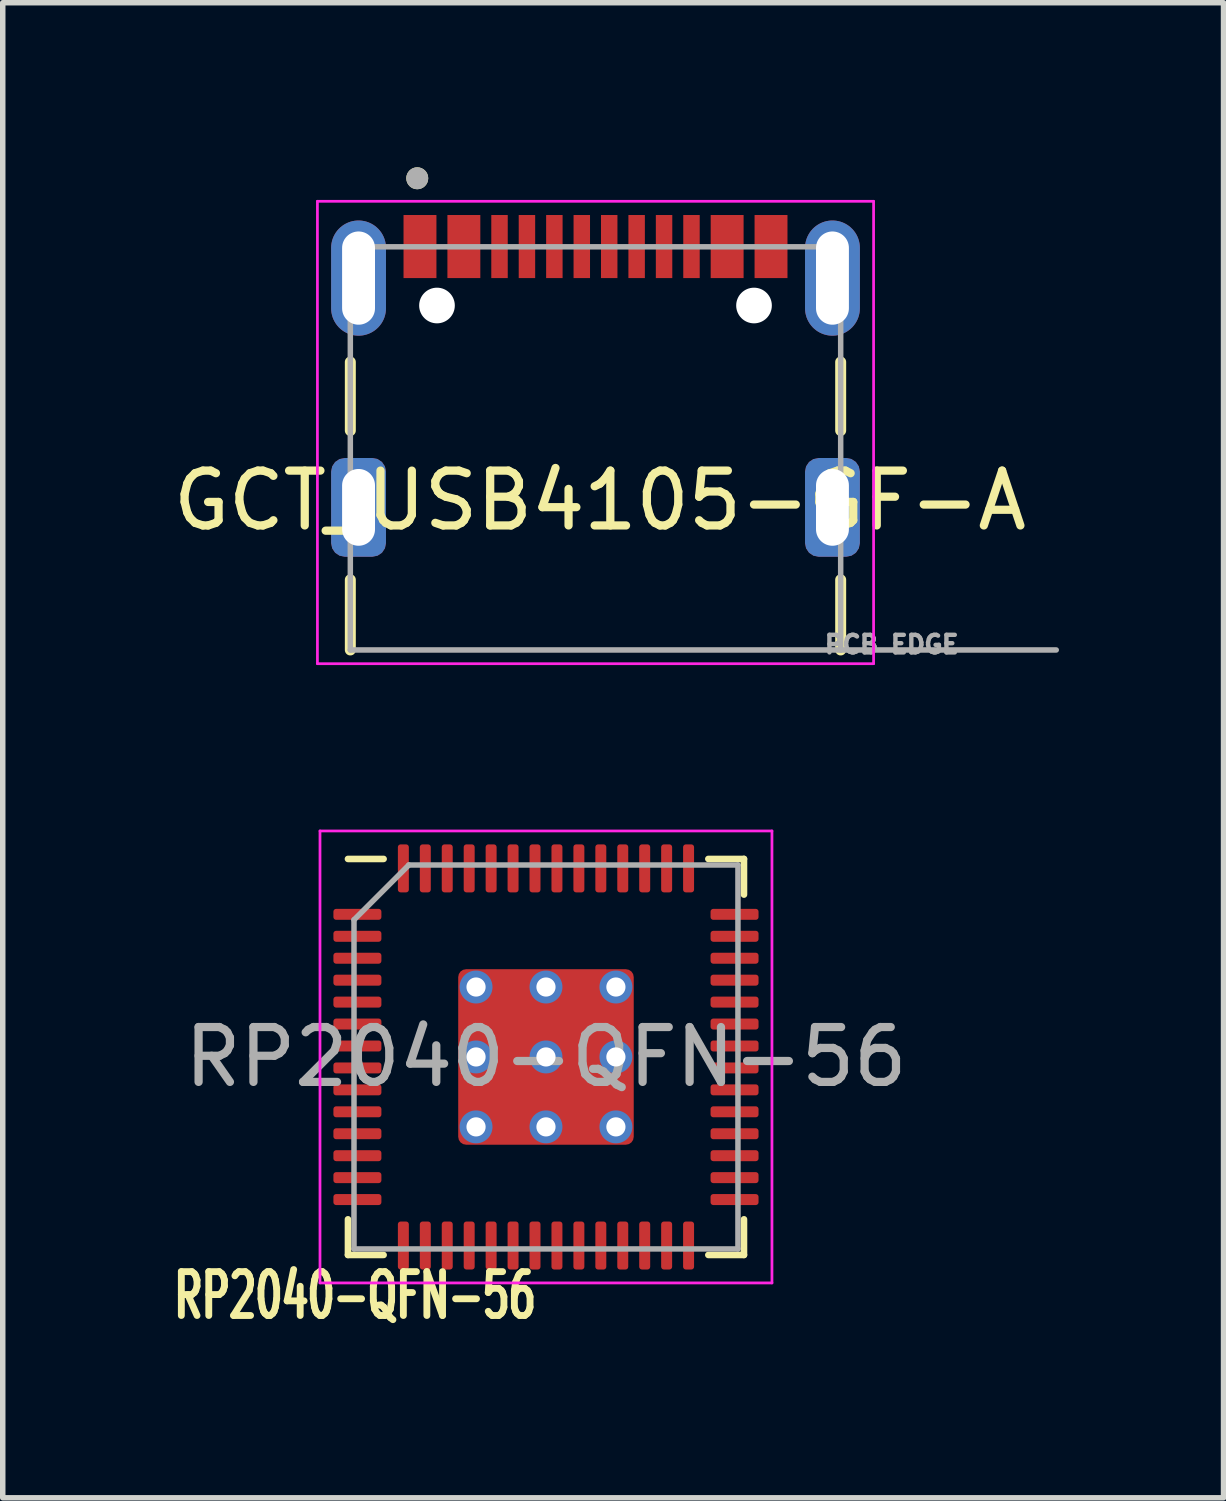
<source format=kicad_pcb>
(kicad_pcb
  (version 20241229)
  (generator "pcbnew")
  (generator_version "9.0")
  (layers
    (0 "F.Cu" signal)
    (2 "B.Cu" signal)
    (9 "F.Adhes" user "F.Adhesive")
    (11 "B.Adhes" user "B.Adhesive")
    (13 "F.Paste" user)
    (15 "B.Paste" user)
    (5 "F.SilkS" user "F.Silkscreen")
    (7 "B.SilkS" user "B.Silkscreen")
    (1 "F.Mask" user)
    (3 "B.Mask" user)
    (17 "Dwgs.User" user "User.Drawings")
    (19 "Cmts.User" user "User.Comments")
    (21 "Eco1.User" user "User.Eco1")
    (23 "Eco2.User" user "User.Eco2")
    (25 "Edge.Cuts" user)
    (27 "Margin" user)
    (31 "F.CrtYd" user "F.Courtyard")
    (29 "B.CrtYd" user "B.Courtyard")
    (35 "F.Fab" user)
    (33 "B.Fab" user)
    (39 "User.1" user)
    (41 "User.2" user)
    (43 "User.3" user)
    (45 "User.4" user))
  (footprint "RP2040-QFN-56"
    (layer "F.Cu")
    (at 6.904 16.22)
    (property "Reference" "RP2040-QFN-56" (at -3.481 4.35 180) (layer "F.SilkS") (effects (font (size 0.8 0.5) (thickness 0.15))))
    (attr smd)
    (fp_line (start -3.61 3.61) (end -3.61 2.96) (stroke (width 0.12) (type solid)) (layer "F.SilkS"))
    (fp_line (start -2.96 -3.61) (end -3.61 -3.61) (stroke (width 0.12) (type solid)) (layer "F.SilkS"))
    (fp_line (start -2.96 3.61) (end -3.61 3.61) (stroke (width 0.12) (type solid)) (layer "F.SilkS"))
    (fp_line (start 2.96 -3.61) (end 3.61 -3.61) (stroke (width 0.12) (type solid)) (layer "F.SilkS"))
    (fp_line (start 2.96 3.61) (end 3.61 3.61) (stroke (width 0.12) (type solid)) (layer "F.SilkS"))
    (fp_line (start 3.61 -3.61) (end 3.61 -2.96) (stroke (width 0.12) (type solid)) (layer "F.SilkS"))
    (fp_line (start 3.61 3.61) (end 3.61 2.96) (stroke (width 0.12) (type solid)) (layer "F.SilkS"))
    (fp_line (start -4.12 -4.12) (end -4.12 4.12) (stroke (width 0.05) (type solid)) (layer "F.CrtYd"))
    (fp_line (start -4.12 4.12) (end 4.12 4.12) (stroke (width 0.05) (type solid)) (layer "F.CrtYd"))
    (fp_line (start 4.12 -4.12) (end -4.12 -4.12) (stroke (width 0.05) (type solid)) (layer "F.CrtYd"))
    (fp_line (start 4.12 4.12) (end 4.12 -4.12) (stroke (width 0.05) (type solid)) (layer "F.CrtYd"))
    (fp_line (start -3.5 -2.5) (end -2.5 -3.5) (stroke (width 0.1) (type solid)) (layer "F.Fab"))
    (fp_line (start -3.5 3.5) (end -3.5 -2.5) (stroke (width 0.1) (type solid)) (layer "F.Fab"))
    (fp_line (start -2.5 -3.5) (end 3.5 -3.5) (stroke (width 0.1) (type solid)) (layer "F.Fab"))
    (fp_line (start 3.5 -3.5) (end 3.5 3.5) (stroke (width 0.1) (type solid)) (layer "F.Fab"))
    (fp_line (start 3.5 3.5) (end -3.5 3.5) (stroke (width 0.1) (type solid)) (layer "F.Fab"))
    (fp_text user "${REFERENCE}" (at 0 0 180) (layer "F.Fab") (effects (font (size 1 1) (thickness 0.15))))
    (pad "" smd roundrect (at -0.637 -0.637) (size 1.084 1.084) (layers "F.Paste") (roundrect_rratio 0.231))
    (pad "" smd roundrect (at -0.637 0.637) (size 1.084 1.084) (layers "F.Paste") (roundrect_rratio 0.231))
    (pad "" smd roundrect (at 0.637 -0.637) (size 1.084 1.084) (layers "F.Paste") (roundrect_rratio 0.231))
    (pad "" smd roundrect (at 0.637 0.637) (size 1.084 1.084) (layers "F.Paste") (roundrect_rratio 0.231))
    (pad "1" smd roundrect (at -3.438 -2.6) (size 0.875 0.2) (layers "F.Cu" "F.Mask" "F.Paste") (roundrect_rratio 0.25))
    (pad "2" smd roundrect (at -3.438 -2.2) (size 0.875 0.2) (layers "F.Cu" "F.Mask" "F.Paste") (roundrect_rratio 0.25))
    (pad "3" smd roundrect (at -3.438 -1.8) (size 0.875 0.2) (layers "F.Cu" "F.Mask" "F.Paste") (roundrect_rratio 0.25))
    (pad "4" smd roundrect (at -3.438 -1.4) (size 0.875 0.2) (layers "F.Cu" "F.Mask" "F.Paste") (roundrect_rratio 0.25))
    (pad "5" smd roundrect (at -3.438 -1) (size 0.875 0.2) (layers "F.Cu" "F.Mask" "F.Paste") (roundrect_rratio 0.25))
    (pad "6" smd roundrect (at -3.438 -0.6) (size 0.875 0.2) (layers "F.Cu" "F.Mask" "F.Paste") (roundrect_rratio 0.25))
    (pad "7" smd roundrect (at -3.438 -0.2) (size 0.875 0.2) (layers "F.Cu" "F.Mask" "F.Paste") (roundrect_rratio 0.25))
    (pad "8" smd roundrect (at -3.438 0.2) (size 0.875 0.2) (layers "F.Cu" "F.Mask" "F.Paste") (roundrect_rratio 0.25))
    (pad "9" smd roundrect (at -3.438 0.6) (size 0.875 0.2) (layers "F.Cu" "F.Mask" "F.Paste") (roundrect_rratio 0.25))
    (pad "10" smd roundrect (at -3.438 1) (size 0.875 0.2) (layers "F.Cu" "F.Mask" "F.Paste") (roundrect_rratio 0.25))
    (pad "11" smd roundrect (at -3.438 1.4) (size 0.875 0.2) (layers "F.Cu" "F.Mask" "F.Paste") (roundrect_rratio 0.25))
    (pad "12" smd roundrect (at -3.438 1.8) (size 0.875 0.2) (layers "F.Cu" "F.Mask" "F.Paste") (roundrect_rratio 0.25))
    (pad "13" smd roundrect (at -3.438 2.2) (size 0.875 0.2) (layers "F.Cu" "F.Mask" "F.Paste") (roundrect_rratio 0.25))
    (pad "14" smd roundrect (at -3.438 2.6) (size 0.875 0.2) (layers "F.Cu" "F.Mask" "F.Paste") (roundrect_rratio 0.25))
    (pad "15" smd roundrect (at -2.6 3.438) (size 0.2 0.875) (layers "F.Cu" "F.Mask" "F.Paste") (roundrect_rratio 0.25))
    (pad "16" smd roundrect (at -2.2 3.438) (size 0.2 0.875) (layers "F.Cu" "F.Mask" "F.Paste") (roundrect_rratio 0.25))
    (pad "17" smd roundrect (at -1.8 3.438) (size 0.2 0.875) (layers "F.Cu" "F.Mask" "F.Paste") (roundrect_rratio 0.25))
    (pad "18" smd roundrect (at -1.4 3.438) (size 0.2 0.875) (layers "F.Cu" "F.Mask" "F.Paste") (roundrect_rratio 0.25))
    (pad "19" smd roundrect (at -1 3.438) (size 0.2 0.875) (layers "F.Cu" "F.Mask" "F.Paste") (roundrect_rratio 0.25))
    (pad "20" smd roundrect (at -0.6 3.438) (size 0.2 0.875) (layers "F.Cu" "F.Mask" "F.Paste") (roundrect_rratio 0.25))
    (pad "21" smd roundrect (at -0.2 3.438) (size 0.2 0.875) (layers "F.Cu" "F.Mask" "F.Paste") (roundrect_rratio 0.25))
    (pad "22" smd roundrect (at 0.2 3.438) (size 0.2 0.875) (layers "F.Cu" "F.Mask" "F.Paste") (roundrect_rratio 0.25))
    (pad "23" smd roundrect (at 0.6 3.438) (size 0.2 0.875) (layers "F.Cu" "F.Mask" "F.Paste") (roundrect_rratio 0.25))
    (pad "24" smd roundrect (at 1 3.438) (size 0.2 0.875) (layers "F.Cu" "F.Mask" "F.Paste") (roundrect_rratio 0.25))
    (pad "25" smd roundrect (at 1.4 3.438) (size 0.2 0.875) (layers "F.Cu" "F.Mask" "F.Paste") (roundrect_rratio 0.25))
    (pad "26" smd roundrect (at 1.8 3.438) (size 0.2 0.875) (layers "F.Cu" "F.Mask" "F.Paste") (roundrect_rratio 0.25))
    (pad "27" smd roundrect (at 2.2 3.438) (size 0.2 0.875) (layers "F.Cu" "F.Mask" "F.Paste") (roundrect_rratio 0.25))
    (pad "28" smd roundrect (at 2.6 3.438) (size 0.2 0.875) (layers "F.Cu" "F.Mask" "F.Paste") (roundrect_rratio 0.25))
    (pad "29" smd roundrect (at 3.438 2.6) (size 0.875 0.2) (layers "F.Cu" "F.Mask" "F.Paste") (roundrect_rratio 0.25))
    (pad "30" smd roundrect (at 3.438 2.2) (size 0.875 0.2) (layers "F.Cu" "F.Mask" "F.Paste") (roundrect_rratio 0.25))
    (pad "31" smd roundrect (at 3.438 1.8) (size 0.875 0.2) (layers "F.Cu" "F.Mask" "F.Paste") (roundrect_rratio 0.25))
    (pad "32" smd roundrect (at 3.438 1.4) (size 0.875 0.2) (layers "F.Cu" "F.Mask" "F.Paste") (roundrect_rratio 0.25))
    (pad "33" smd roundrect (at 3.438 1) (size 0.875 0.2) (layers "F.Cu" "F.Mask" "F.Paste") (roundrect_rratio 0.25))
    (pad "34" smd roundrect (at 3.438 0.6) (size 0.875 0.2) (layers "F.Cu" "F.Mask" "F.Paste") (roundrect_rratio 0.25))
    (pad "35" smd roundrect (at 3.438 0.2) (size 0.875 0.2) (layers "F.Cu" "F.Mask" "F.Paste") (roundrect_rratio 0.25))
    (pad "36" smd roundrect (at 3.438 -0.2) (size 0.875 0.2) (layers "F.Cu" "F.Mask" "F.Paste") (roundrect_rratio 0.25))
    (pad "37" smd roundrect (at 3.438 -0.6) (size 0.875 0.2) (layers "F.Cu" "F.Mask" "F.Paste") (roundrect_rratio 0.25))
    (pad "38" smd roundrect (at 3.438 -1) (size 0.875 0.2) (layers "F.Cu" "F.Mask" "F.Paste") (roundrect_rratio 0.25))
    (pad "39" smd roundrect (at 3.438 -1.4) (size 0.875 0.2) (layers "F.Cu" "F.Mask" "F.Paste") (roundrect_rratio 0.25))
    (pad "40" smd roundrect (at 3.438 -1.8) (size 0.875 0.2) (layers "F.Cu" "F.Mask" "F.Paste") (roundrect_rratio 0.25))
    (pad "41" smd roundrect (at 3.438 -2.2) (size 0.875 0.2) (layers "F.Cu" "F.Mask" "F.Paste") (roundrect_rratio 0.25))
    (pad "42" smd roundrect (at 3.438 -2.6) (size 0.875 0.2) (layers "F.Cu" "F.Mask" "F.Paste") (roundrect_rratio 0.25))
    (pad "43" smd roundrect (at 2.6 -3.438) (size 0.2 0.875) (layers "F.Cu" "F.Mask" "F.Paste") (roundrect_rratio 0.25))
    (pad "44" smd roundrect (at 2.2 -3.438) (size 0.2 0.875) (layers "F.Cu" "F.Mask" "F.Paste") (roundrect_rratio 0.25))
    (pad "45" smd roundrect (at 1.8 -3.438) (size 0.2 0.875) (layers "F.Cu" "F.Mask" "F.Paste") (roundrect_rratio 0.25))
    (pad "46" smd roundrect (at 1.4 -3.438) (size 0.2 0.875) (layers "F.Cu" "F.Mask" "F.Paste") (roundrect_rratio 0.25))
    (pad "47" smd roundrect (at 1 -3.438) (size 0.2 0.875) (layers "F.Cu" "F.Mask" "F.Paste") (roundrect_rratio 0.25))
    (pad "48" smd roundrect (at 0.6 -3.438) (size 0.2 0.875) (layers "F.Cu" "F.Mask" "F.Paste") (roundrect_rratio 0.25))
    (pad "49" smd roundrect (at 0.2 -3.438) (size 0.2 0.875) (layers "F.Cu" "F.Mask" "F.Paste") (roundrect_rratio 0.25))
    (pad "50" smd roundrect (at -0.2 -3.438) (size 0.2 0.875) (layers "F.Cu" "F.Mask" "F.Paste") (roundrect_rratio 0.25))
    (pad "51" smd roundrect (at -0.6 -3.438) (size 0.2 0.875) (layers "F.Cu" "F.Mask" "F.Paste") (roundrect_rratio 0.25))
    (pad "52" smd roundrect (at -1 -3.438) (size 0.2 0.875) (layers "F.Cu" "F.Mask" "F.Paste") (roundrect_rratio 0.25))
    (pad "53" smd roundrect (at -1.4 -3.438) (size 0.2 0.875) (layers "F.Cu" "F.Mask" "F.Paste") (roundrect_rratio 0.25))
    (pad "54" smd roundrect (at -1.8 -3.438) (size 0.2 0.875) (layers "F.Cu" "F.Mask" "F.Paste") (roundrect_rratio 0.25))
    (pad "55" smd roundrect (at -2.2 -3.438) (size 0.2 0.875) (layers "F.Cu" "F.Mask" "F.Paste") (roundrect_rratio 0.25))
    (pad "56" smd roundrect (at -2.6 -3.438) (size 0.2 0.875) (layers "F.Cu" "F.Mask" "F.Paste") (roundrect_rratio 0.25))
    (pad "57" thru_hole circle (at -1.275 -1.275) (size 0.6 0.6) (drill 0.35) (layers "*.Cu"))
    (pad "57" thru_hole circle (at -1.275 0) (size 0.6 0.6) (drill 0.35) (layers "*.Cu"))
    (pad "57" thru_hole circle (at -1.275 1.275) (size 0.6 0.6) (drill 0.35) (layers "*.Cu"))
    (pad "57" thru_hole circle (at 0 -1.275) (size 0.6 0.6) (drill 0.35) (layers "*.Cu"))
    (pad "57" thru_hole circle (at 0 0) (size 0.6 0.6) (drill 0.35) (layers "*.Cu"))
    (pad "57" smd roundrect (at 0 0) (size 3.2 3.2) (layers "F.Cu" "F.Mask") (roundrect_rratio 0.045))
    (pad "57" thru_hole circle (at 0 1.275) (size 0.6 0.6) (drill 0.35) (layers "*.Cu"))
    (pad "57" thru_hole circle (at 1.275 -1.275) (size 0.6 0.6) (drill 0.35) (layers "*.Cu"))
    (pad "57" thru_hole circle (at 1.275 0) (size 0.6 0.6) (drill 0.35) (layers "*.Cu"))
    (pad "57" thru_hole circle (at 1.275 1.275) (size 0.6 0.6) (drill 0.35) (layers "*.Cu")))
  (footprint "GCT_USB4105-GF-A"
    (layer "F.Cu")
    (at 7.807 6.2)
    (property "Reference" "GCT_USB4105-GF-A" (at 0.08 -0.125 0) (layer "F.SilkS") (effects (font (size 1 1) (thickness 0.15))))
    (attr smd)
    (fp_line (start -4.47 -2.65) (end -4.47 -1.4) (stroke (width 0.2) (type solid)) (layer "F.SilkS"))
    (fp_line (start -4.47 1.32) (end -4.47 2.6) (stroke (width 0.2) (type solid)) (layer "F.SilkS"))
    (fp_line (start 4.47 -2.65) (end 4.47 -1.4) (stroke (width 0.2) (type solid)) (layer "F.SilkS"))
    (fp_line (start 4.47 2.6) (end 4.47 1.32) (stroke (width 0.2) (type solid)) (layer "F.SilkS"))
    (fp_circle (center -3.25 -6) (end -3.15 -6) (stroke (width 0.2) (type solid)) (fill no) (layer "F.SilkS"))
    (fp_line (start -5.07 -5.58) (end -5.07 2.85) (stroke (width 0.05) (type solid)) (layer "F.CrtYd"))
    (fp_line (start -5.07 2.85) (end 5.07 2.85) (stroke (width 0.05) (type solid)) (layer "F.CrtYd"))
    (fp_line (start 5.07 -5.58) (end -5.07 -5.58) (stroke (width 0.05) (type solid)) (layer "F.CrtYd"))
    (fp_line (start 5.07 2.85) (end 5.07 -5.58) (stroke (width 0.05) (type solid)) (layer "F.CrtYd"))
    (fp_line (start -4.47 -4.75) (end 4.47 -4.75) (stroke (width 0.1) (type solid)) (layer "F.Fab"))
    (fp_line (start -4.47 2.6) (end -4.47 -4.75) (stroke (width 0.1) (type solid)) (layer "F.Fab"))
    (fp_line (start 4.47 -4.75) (end 4.47 2.6) (stroke (width 0.1) (type solid)) (layer "F.Fab"))
    (fp_line (start 4.47 2.6) (end -4.47 2.6) (stroke (width 0.1) (type solid)) (layer "F.Fab"))
    (fp_line (start 4.47 2.6) (end 8.4 2.6) (stroke (width 0.1) (type solid)) (layer "F.Fab"))
    (fp_circle (center -3.25 -6) (end -3.15 -6) (stroke (width 0.2) (type solid)) (fill no) (layer "F.Fab"))
    (fp_text user "PCB EDGE" (at 5.4 2.5 0) (layer "F.Fab") (effects (font (size 0.32 0.32) (thickness 0.15))))
    (pad "" np_thru_hole circle (at -2.89 -3.68) (size 0.65 0.65) (drill 0.65) (layers "*.Cu" "*.Mask"))
    (pad "" np_thru_hole circle (at 2.89 -3.68) (size 0.65 0.65) (drill 0.65) (layers "*.Cu" "*.Mask"))
    (pad "A1_B12" smd rect (at -3.2 -4.755) (size 0.6 1.15) (layers "F.Cu" "F.Mask" "F.Paste"))
    (pad "A4_B9" smd rect (at -2.4 -4.755) (size 0.6 1.15) (layers "F.Cu" "F.Mask" "F.Paste"))
    (pad "A5" smd rect (at -1.25 -4.755) (size 0.3 1.15) (layers "F.Cu" "F.Mask" "F.Paste"))
    (pad "A6" smd rect (at -0.25 -4.755) (size 0.3 1.15) (layers "F.Cu" "F.Mask" "F.Paste"))
    (pad "A7" smd rect (at 0.25 -4.755) (size 0.3 1.15) (layers "F.Cu" "F.Mask" "F.Paste"))
    (pad "A8" smd rect (at 1.25 -4.755) (size 0.3 1.15) (layers "F.Cu" "F.Mask" "F.Paste"))
    (pad "B1_A12" smd rect (at 3.2 -4.755) (size 0.6 1.15) (layers "F.Cu" "F.Mask" "F.Paste"))
    (pad "B4_A9" smd rect (at 2.4 -4.755) (size 0.6 1.15) (layers "F.Cu" "F.Mask" "F.Paste"))
    (pad "B5" smd rect (at 1.75 -4.755) (size 0.3 1.15) (layers "F.Cu" "F.Mask" "F.Paste"))
    (pad "B6" smd rect (at 0.75 -4.755) (size 0.3 1.15) (layers "F.Cu" "F.Mask" "F.Paste"))
    (pad "B7" smd rect (at -0.75 -4.755) (size 0.3 1.15) (layers "F.Cu" "F.Mask" "F.Paste"))
    (pad "B8" smd rect (at -1.75 -4.755) (size 0.3 1.15) (layers "F.Cu" "F.Mask" "F.Paste"))
    (pad "SH1" thru_hole oval (at -4.32 -4.18) (size 1 2.1) (drill oval 0.6 1.7) (layers "*.Cu" "*.Mask"))
    (pad "SH2" thru_hole oval (at 4.32 -4.18) (size 1 2.1) (drill oval 0.6 1.7) (layers "*.Cu" "*.Mask"))
    (pad "SH3" thru_hole roundrect (at -4.32 0) (size 1 1.8) (drill oval 0.6 1.4) (layers "*.Cu" "*.Mask") (roundrect_rratio 0.25))
    (pad "SH4" thru_hole roundrect (at 4.32 0) (size 1 1.8) (drill oval 0.6 1.4) (layers "*.Cu" "*.Mask") (roundrect_rratio 0.25)))
  (gr_rect
    (start -3 -3)
    (end 19.257 24.257)
    (stroke (width 0.1) (type default))
    (fill no)
    (layer "Edge.Cuts")))
</source>
